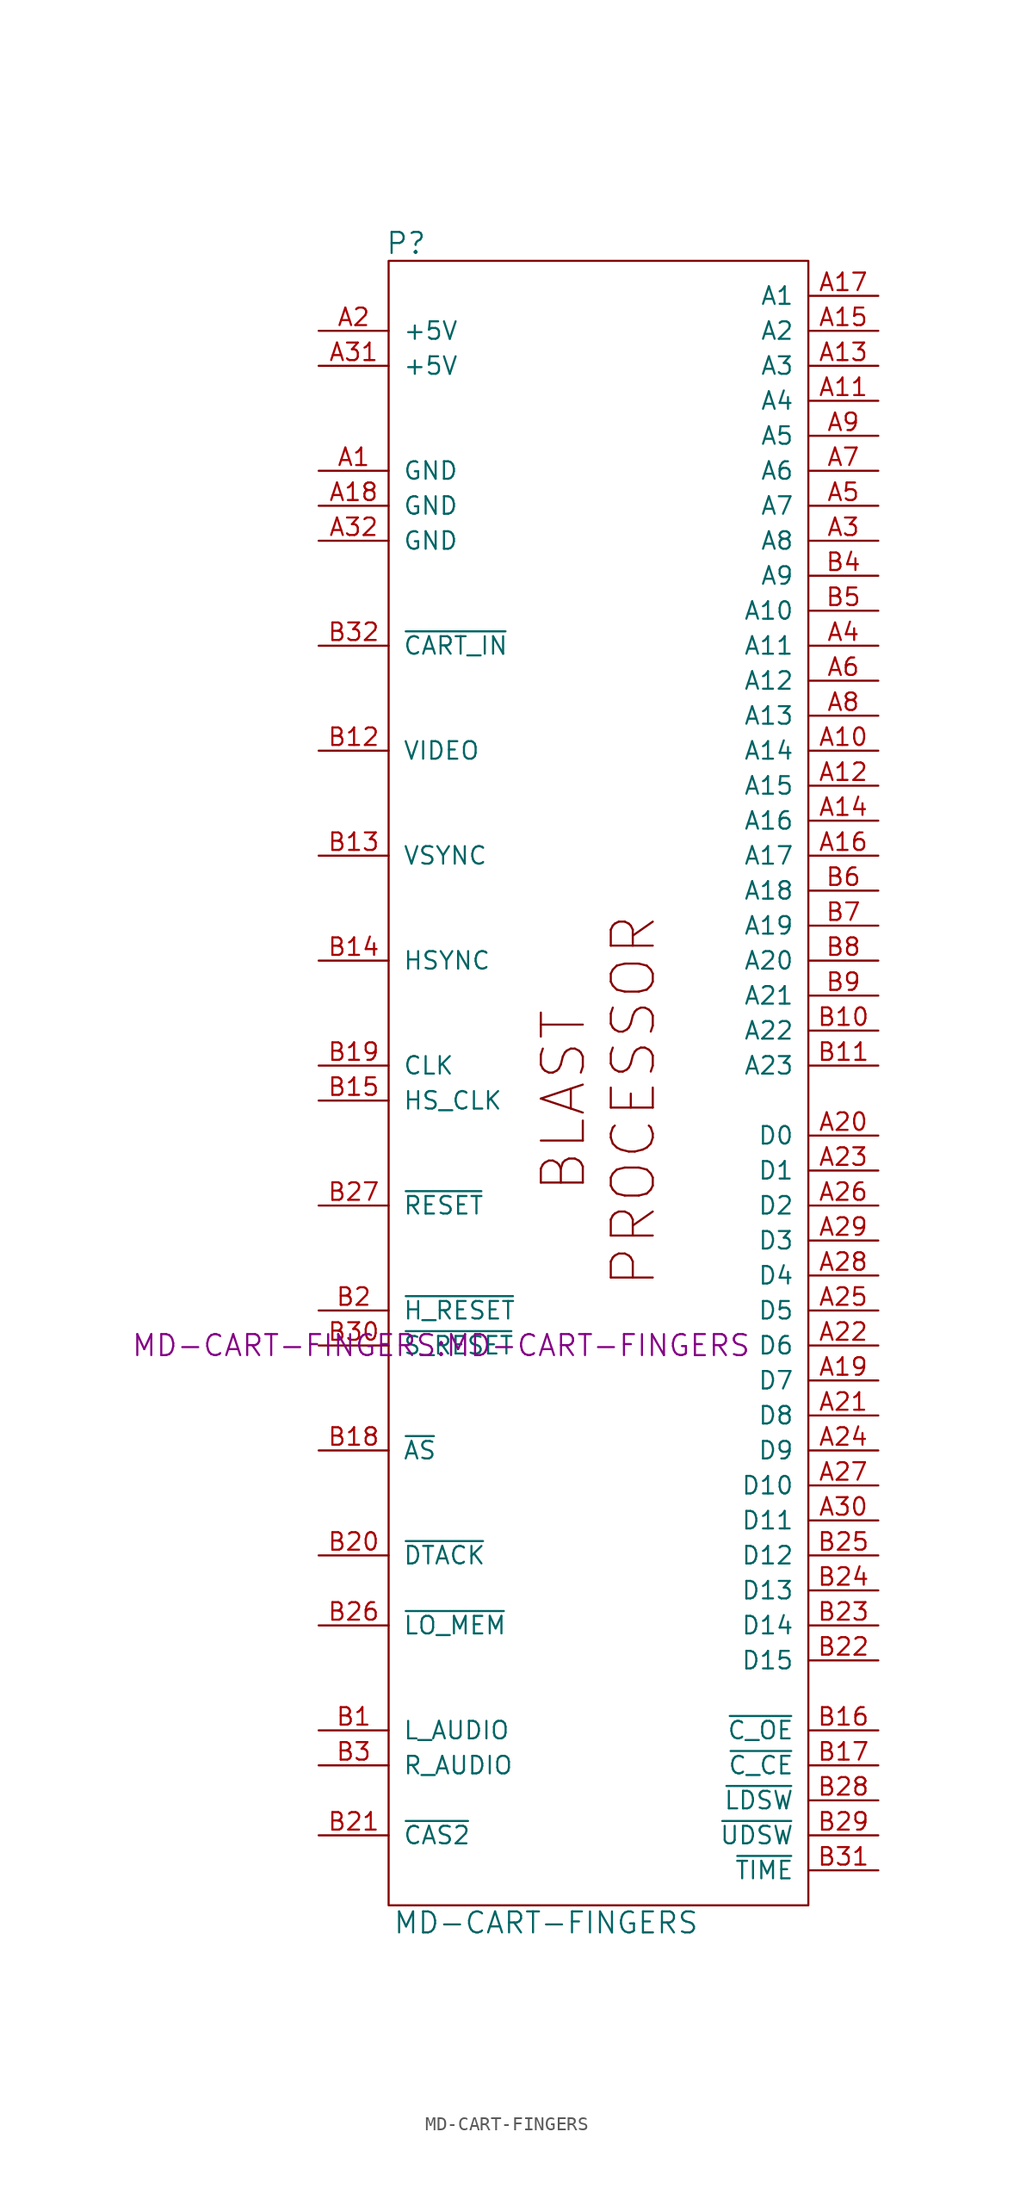
<source format=kicad_sym>
(kicad_symbol_lib
  (version 20231120)
  (generator "kicad_symbol_editor")
  (generator_version "8.0")
  (symbol "MD-CART-FINGERS"
    (pin_names
      (offset 1.016))
    (property "Reference" "P"
      (at -13.97 62.23 0)
      (effects (font (size 1.524 1.524))))
    (property "Value" "MD-CART-FINGERS"
      (at -3.81 -59.69 0)
      (effects (font (size 1.524 1.524))))
    (property "Footprint" "MD-CART-FINGERS:MD-CART-FINGERS"
      (at -11.43 -17.78 0)
      (effects (font (size 1.524 1.524))))
    (property "Datasheet" ""
      (at -11.43 -17.78 0)
      (effects (font (size 1.524 1.524))))
    (symbol "MD-CART-FINGERS_0_0"
      (text "BLAST" (at -2.54 0 900) (effects (font (size 3.048 3.048))))
      (text "PROCESSOR" (at 2.54 0 900) (effects (font (size 3.048 3.048)))))
    (symbol "MD-CART-FINGERS_0_1"
      (rectangle (start -15.24 60.96) (end 15.24 -58.42) (stroke (width 0) (type default)) (fill (type none))))
    (symbol "MD-CART-FINGERS_1_1"
      (pin power_out line (at -20.32 45.72 0) (length 5.08) (name "GND" (effects (font (size 1.27 1.27)))) (number "A1" (effects (font (size 1.27 1.27)))))
      (pin output line (at 20.32 25.4 180) (length 5.08) (name "A14" (effects (font (size 1.27 1.27)))) (number "A10" (effects (font (size 1.27 1.27)))))
      (pin output line (at 20.32 50.8 180) (length 5.08) (name "A4" (effects (font (size 1.27 1.27)))) (number "A11" (effects (font (size 1.27 1.27)))))
      (pin output line (at 20.32 22.86 180) (length 5.08) (name "A15" (effects (font (size 1.27 1.27)))) (number "A12" (effects (font (size 1.27 1.27)))))
      (pin output line (at 20.32 53.34 180) (length 5.08) (name "A3" (effects (font (size 1.27 1.27)))) (number "A13" (effects (font (size 1.27 1.27)))))
      (pin output line (at 20.32 20.32 180) (length 5.08) (name "A16" (effects (font (size 1.27 1.27)))) (number "A14" (effects (font (size 1.27 1.27)))))
      (pin output line (at 20.32 55.88 180) (length 5.08) (name "A2" (effects (font (size 1.27 1.27)))) (number "A15" (effects (font (size 1.27 1.27)))))
      (pin output line (at 20.32 17.78 180) (length 5.08) (name "A17" (effects (font (size 1.27 1.27)))) (number "A16" (effects (font (size 1.27 1.27)))))
      (pin output line (at 20.32 58.42 180) (length 5.08) (name "A1" (effects (font (size 1.27 1.27)))) (number "A17" (effects (font (size 1.27 1.27)))))
      (pin power_out line (at -20.32 43.18 0) (length 5.08) (name "GND" (effects (font (size 1.27 1.27)))) (number "A18" (effects (font (size 1.27 1.27)))))
      (pin tri_state line (at 20.32 -20.32 180) (length 5.08) (name "D7" (effects (font (size 1.27 1.27)))) (number "A19" (effects (font (size 1.27 1.27)))))
      (pin power_out line (at -20.32 55.88 0) (length 5.08) (name "+5V" (effects (font (size 1.27 1.27)))) (number "A2" (effects (font (size 1.27 1.27)))))
      (pin tri_state line (at 20.32 -2.54 180) (length 5.08) (name "D0" (effects (font (size 1.27 1.27)))) (number "A20" (effects (font (size 1.27 1.27)))))
      (pin tri_state line (at 20.32 -22.86 180) (length 5.08) (name "D8" (effects (font (size 1.27 1.27)))) (number "A21" (effects (font (size 1.27 1.27)))))
      (pin tri_state line (at 20.32 -17.78 180) (length 5.08) (name "D6" (effects (font (size 1.27 1.27)))) (number "A22" (effects (font (size 1.27 1.27)))))
      (pin tri_state line (at 20.32 -5.08 180) (length 5.08) (name "D1" (effects (font (size 1.27 1.27)))) (number "A23" (effects (font (size 1.27 1.27)))))
      (pin tri_state line (at 20.32 -25.4 180) (length 5.08) (name "D9" (effects (font (size 1.27 1.27)))) (number "A24" (effects (font (size 1.27 1.27)))))
      (pin tri_state line (at 20.32 -15.24 180) (length 5.08) (name "D5" (effects (font (size 1.27 1.27)))) (number "A25" (effects (font (size 1.27 1.27)))))
      (pin tri_state line (at 20.32 -7.62 180) (length 5.08) (name "D2" (effects (font (size 1.27 1.27)))) (number "A26" (effects (font (size 1.27 1.27)))))
      (pin tri_state line (at 20.32 -27.94 180) (length 5.08) (name "D10" (effects (font (size 1.27 1.27)))) (number "A27" (effects (font (size 1.27 1.27)))))
      (pin tri_state line (at 20.32 -12.7 180) (length 5.08) (name "D4" (effects (font (size 1.27 1.27)))) (number "A28" (effects (font (size 1.27 1.27)))))
      (pin tri_state line (at 20.32 -10.16 180) (length 5.08) (name "D3" (effects (font (size 1.27 1.27)))) (number "A29" (effects (font (size 1.27 1.27)))))
      (pin output line (at 20.32 40.64 180) (length 5.08) (name "A8" (effects (font (size 1.27 1.27)))) (number "A3" (effects (font (size 1.27 1.27)))))
      (pin tri_state line (at 20.32 -30.48 180) (length 5.08) (name "D11" (effects (font (size 1.27 1.27)))) (number "A30" (effects (font (size 1.27 1.27)))))
      (pin power_out line (at -20.32 53.34 0) (length 5.08) (name "+5V" (effects (font (size 1.27 1.27)))) (number "A31" (effects (font (size 1.27 1.27)))))
      (pin power_out line (at -20.32 40.64 0) (length 5.08) (name "GND" (effects (font (size 1.27 1.27)))) (number "A32" (effects (font (size 1.27 1.27)))))
      (pin output line (at 20.32 33.02 180) (length 5.08) (name "A11" (effects (font (size 1.27 1.27)))) (number "A4" (effects (font (size 1.27 1.27)))))
      (pin output line (at 20.32 43.18 180) (length 5.08) (name "A7" (effects (font (size 1.27 1.27)))) (number "A5" (effects (font (size 1.27 1.27)))))
      (pin output line (at 20.32 30.48 180) (length 5.08) (name "A12" (effects (font (size 1.27 1.27)))) (number "A6" (effects (font (size 1.27 1.27)))))
      (pin output line (at 20.32 45.72 180) (length 5.08) (name "A6" (effects (font (size 1.27 1.27)))) (number "A7" (effects (font (size 1.27 1.27)))))
      (pin output line (at 20.32 27.94 180) (length 5.08) (name "A13" (effects (font (size 1.27 1.27)))) (number "A8" (effects (font (size 1.27 1.27)))))
      (pin output line (at 20.32 48.26 180) (length 5.08) (name "A5" (effects (font (size 1.27 1.27)))) (number "A9" (effects (font (size 1.27 1.27)))))
      (pin passive line (at -20.32 -45.72 0) (length 5.08) (name "L_AUDIO" (effects (font (size 1.27 1.27)))) (number "B1" (effects (font (size 1.27 1.27)))))
      (pin output line (at 20.32 5.08 180) (length 5.08) (name "A22" (effects (font (size 1.27 1.27)))) (number "B10" (effects (font (size 1.27 1.27)))))
      (pin output line (at 20.32 2.54 180) (length 5.08) (name "A23" (effects (font (size 1.27 1.27)))) (number "B11" (effects (font (size 1.27 1.27)))))
      (pin passive line (at -20.32 25.4 0) (length 5.08) (name "VIDEO" (effects (font (size 1.27 1.27)))) (number "B12" (effects (font (size 1.27 1.27)))))
      (pin output line (at -20.32 17.78 0) (length 5.08) (name "VSYNC" (effects (font (size 1.27 1.27)))) (number "B13" (effects (font (size 1.27 1.27)))))
      (pin output line (at -20.32 10.16 0) (length 5.08) (name "HSYNC" (effects (font (size 1.27 1.27)))) (number "B14" (effects (font (size 1.27 1.27)))))
      (pin output line (at -20.32 0 0) (length 5.08) (name "HS_CLK" (effects (font (size 1.27 1.27)))) (number "B15" (effects (font (size 1.27 1.27)))))
      (pin output line (at 20.32 -45.72 180) (length 5.08) (name "~{C_OE}" (effects (font (size 1.27 1.27)))) (number "B16" (effects (font (size 1.27 1.27)))))
      (pin output line (at 20.32 -48.26 180) (length 5.08) (name "~{C_CE}" (effects (font (size 1.27 1.27)))) (number "B17" (effects (font (size 1.27 1.27)))))
      (pin output line (at -20.32 -25.4 0) (length 5.08) (name "~{AS}" (effects (font (size 1.27 1.27)))) (number "B18" (effects (font (size 1.27 1.27)))))
      (pin output line (at -20.32 2.54 0) (length 5.08) (name "CLK" (effects (font (size 1.27 1.27)))) (number "B19" (effects (font (size 1.27 1.27)))))
      (pin input line (at -20.32 -15.24 0) (length 5.08) (name "~{H_RESET}" (effects (font (size 1.27 1.27)))) (number "B2" (effects (font (size 1.27 1.27)))))
      (pin input line (at -20.32 -33.02 0) (length 5.08) (name "~{DTACK}" (effects (font (size 1.27 1.27)))) (number "B20" (effects (font (size 1.27 1.27)))))
      (pin output line (at -20.32 -53.34 0) (length 5.08) (name "~{CAS2}" (effects (font (size 1.27 1.27)))) (number "B21" (effects (font (size 1.27 1.27)))))
      (pin tri_state line (at 20.32 -40.64 180) (length 5.08) (name "D15" (effects (font (size 1.27 1.27)))) (number "B22" (effects (font (size 1.27 1.27)))))
      (pin tri_state line (at 20.32 -38.1 180) (length 5.08) (name "D14" (effects (font (size 1.27 1.27)))) (number "B23" (effects (font (size 1.27 1.27)))))
      (pin tri_state line (at 20.32 -35.56 180) (length 5.08) (name "D13" (effects (font (size 1.27 1.27)))) (number "B24" (effects (font (size 1.27 1.27)))))
      (pin tri_state line (at 20.32 -33.02 180) (length 5.08) (name "D12" (effects (font (size 1.27 1.27)))) (number "B25" (effects (font (size 1.27 1.27)))))
      (pin output line (at -20.32 -38.1 0) (length 5.08) (name "~{LO_MEM}" (effects (font (size 1.27 1.27)))) (number "B26" (effects (font (size 1.27 1.27)))))
      (pin output line (at -20.32 -7.62 0) (length 5.08) (name "~{RESET}" (effects (font (size 1.27 1.27)))) (number "B27" (effects (font (size 1.27 1.27)))))
      (pin output line (at 20.32 -50.8 180) (length 5.08) (name "~{LDSW}" (effects (font (size 1.27 1.27)))) (number "B28" (effects (font (size 1.27 1.27)))))
      (pin output line (at 20.32 -53.34 180) (length 5.08) (name "~{UDSW}" (effects (font (size 1.27 1.27)))) (number "B29" (effects (font (size 1.27 1.27)))))
      (pin passive line (at -20.32 -48.26 0) (length 5.08) (name "R_AUDIO" (effects (font (size 1.27 1.27)))) (number "B3" (effects (font (size 1.27 1.27)))))
      (pin input line (at -20.32 -17.78 0) (length 5.08) (name "~{S_RESET}" (effects (font (size 1.27 1.27)))) (number "B30" (effects (font (size 1.27 1.27)))))
      (pin output line (at 20.32 -55.88 180) (length 5.08) (name "~{TIME}" (effects (font (size 1.27 1.27)))) (number "B31" (effects (font (size 1.27 1.27)))))
      (pin input line (at -20.32 33.02 0) (length 5.08) (name "~{CART_IN}" (effects (font (size 1.27 1.27)))) (number "B32" (effects (font (size 1.27 1.27)))))
      (pin output line (at 20.32 38.1 180) (length 5.08) (name "A9" (effects (font (size 1.27 1.27)))) (number "B4" (effects (font (size 1.27 1.27)))))
      (pin output line (at 20.32 35.56 180) (length 5.08) (name "A10" (effects (font (size 1.27 1.27)))) (number "B5" (effects (font (size 1.27 1.27)))))
      (pin output line (at 20.32 15.24 180) (length 5.08) (name "A18" (effects (font (size 1.27 1.27)))) (number "B6" (effects (font (size 1.27 1.27)))))
      (pin output line (at 20.32 12.7 180) (length 5.08) (name "A19" (effects (font (size 1.27 1.27)))) (number "B7" (effects (font (size 1.27 1.27)))))
      (pin output line (at 20.32 10.16 180) (length 5.08) (name "A20" (effects (font (size 1.27 1.27)))) (number "B8" (effects (font (size 1.27 1.27)))))
      (pin output line (at 20.32 7.62 180) (length 5.08) (name "A21" (effects (font (size 1.27 1.27)))) (number "B9" (effects (font (size 1.27 1.27))))))))
</source>
